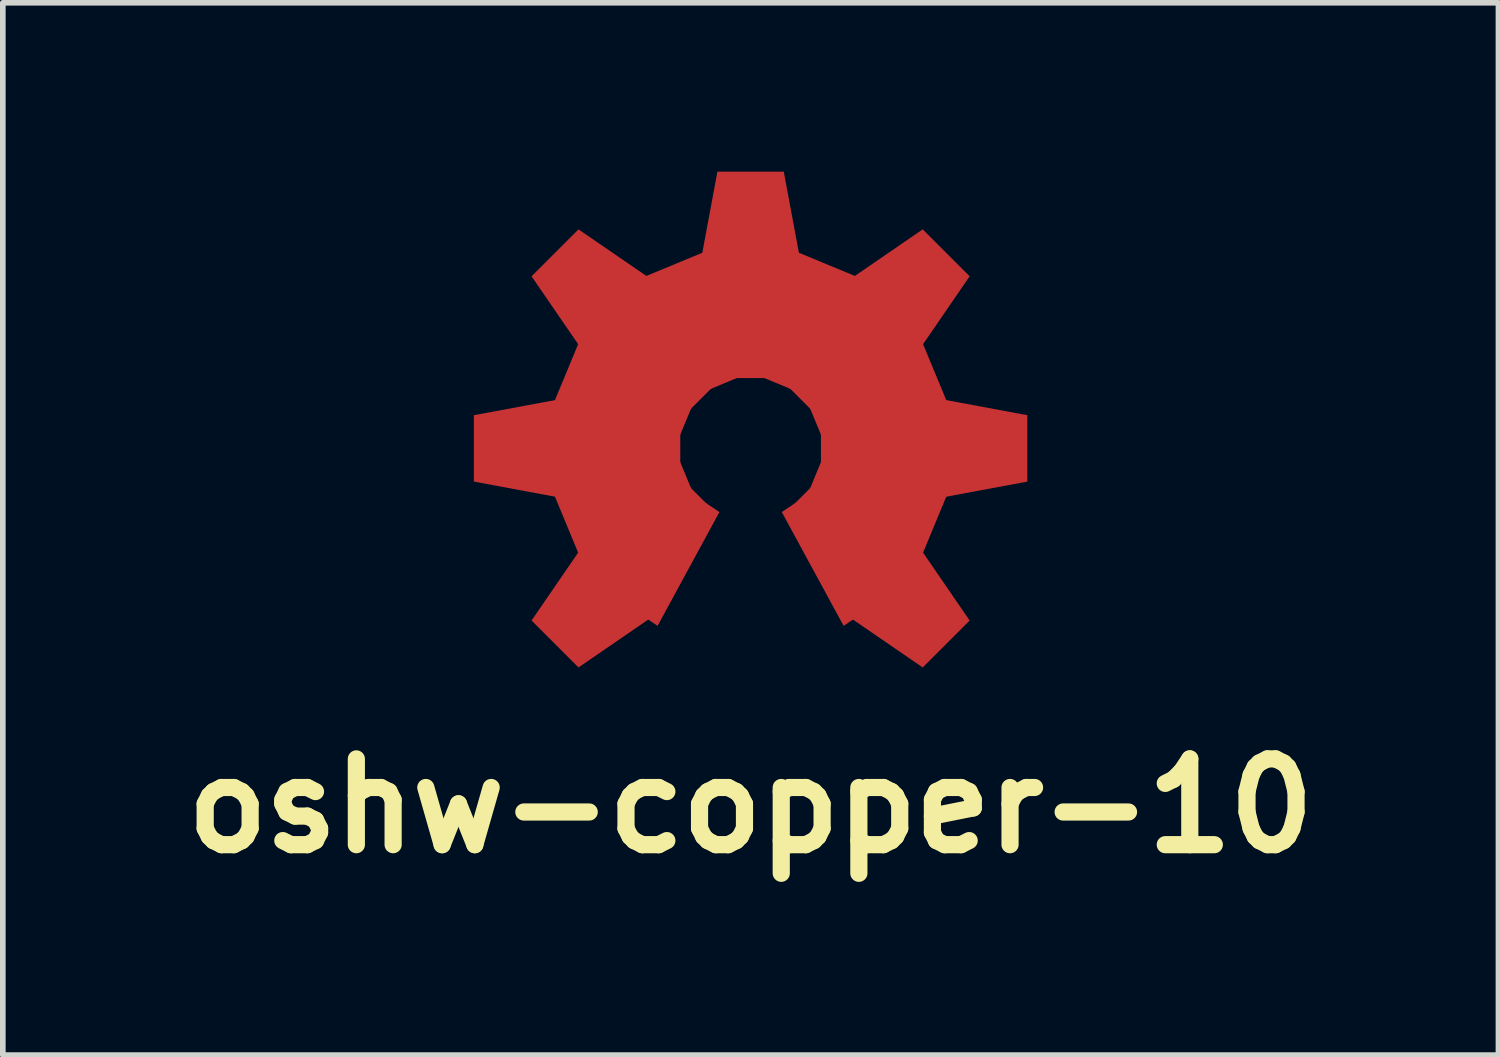
<source format=kicad_pcb>
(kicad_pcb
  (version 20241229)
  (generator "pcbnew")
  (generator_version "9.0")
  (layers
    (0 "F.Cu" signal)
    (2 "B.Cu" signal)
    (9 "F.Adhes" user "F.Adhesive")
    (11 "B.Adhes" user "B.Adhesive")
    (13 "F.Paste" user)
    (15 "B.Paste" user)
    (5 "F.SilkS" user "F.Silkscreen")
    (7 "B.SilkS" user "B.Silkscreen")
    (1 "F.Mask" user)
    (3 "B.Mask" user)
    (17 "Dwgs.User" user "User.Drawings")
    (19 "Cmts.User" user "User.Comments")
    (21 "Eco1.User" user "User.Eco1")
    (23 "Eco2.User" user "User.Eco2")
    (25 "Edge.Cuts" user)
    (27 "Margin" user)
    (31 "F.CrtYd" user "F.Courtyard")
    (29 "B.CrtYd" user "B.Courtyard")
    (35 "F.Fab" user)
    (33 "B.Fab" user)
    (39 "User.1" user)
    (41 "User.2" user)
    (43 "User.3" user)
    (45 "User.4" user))
  (footprint "oshw-copper-10"
    (layer "F.Cu")
    (at 10.283 4.915)
    (property "Reference" "oshw-copper-10" (at 0 6.35 0) (layer "F.SilkS") (effects (font (size 1.524 1.524) (thickness 0.305))))
    (attr through_hole)
    (pad "" smd trapezoid (at -4.166 0 270) (size 1.458 1.499) (rect_delta 0 -0.279) (layers "F.Cu" "F.Mask" "F.Paste"))
    (pad "" smd trapezoid (at -2.944 -2.944 225) (size 1.458 1.499) (rect_delta 0 -0.279) (layers "F.Cu" "F.Mask" "F.Paste"))
    (pad "" smd trapezoid (at -2.944 2.944 315) (size 1.458 1.499) (rect_delta 0 -0.279) (layers "F.Cu" "F.Mask" "F.Paste"))
    (pad "" smd trapezoid (at -2.395 0 270) (size 1.082 2.291) (rect_delta 0 0.414) (layers "F.Cu" "F.Mask" "F.Paste"))
    (pad "" smd trapezoid (at -2.212 -0.914 247.5) (size 1.082 2.291) (rect_delta 0 0.414) (layers "F.Cu" "F.Mask" "F.Paste"))
    (pad "" smd trapezoid (at -2.212 0.914 292.5) (size 1.082 2.291) (rect_delta 0 0.414) (layers "F.Cu" "F.Mask" "F.Paste"))
    (pad "" smd trapezoid (at -1.692 -1.692 225) (size 1.082 2.291) (rect_delta 0 0.414) (layers "F.Cu" "F.Mask" "F.Paste"))
    (pad "" smd trapezoid (at -1.692 1.692 315) (size 1.082 2.291) (rect_delta 0 0.414) (layers "F.Cu" "F.Mask" "F.Paste"))
    (pad "" smd trapezoid (at -1.328 1.991 326.3) (size 0.541 2.291) (rect_delta 0 0.208) (layers "F.Cu" "F.Mask" "F.Paste"))
    (pad "" smd trapezoid (at -0.914 -2.212 202.5) (size 1.082 2.291) (rect_delta 0 0.414) (layers "F.Cu" "F.Mask" "F.Paste"))
    (pad "" smd trapezoid (at 0 -4.166 180) (size 1.458 1.499) (rect_delta 0 -0.279) (layers "F.Cu" "F.Mask" "F.Paste"))
    (pad "" smd trapezoid (at 0 -2.395 180) (size 1.082 2.291) (rect_delta 0 0.414) (layers "F.Cu" "F.Mask" "F.Paste"))
    (pad "" smd trapezoid (at 0.914 -2.212 157.5) (size 1.082 2.291) (rect_delta 0 0.414) (layers "F.Cu" "F.Mask" "F.Paste"))
    (pad "" smd trapezoid (at 1.328 1.991 33.7) (size 0.541 2.291) (rect_delta 0 0.208) (layers "F.Cu" "F.Mask" "F.Paste"))
    (pad "" smd trapezoid (at 1.692 -1.692 135) (size 1.082 2.291) (rect_delta 0 0.414) (layers "F.Cu" "F.Mask" "F.Paste"))
    (pad "" smd trapezoid (at 1.692 1.692 45) (size 1.082 2.291) (rect_delta 0 0.414) (layers "F.Cu" "F.Mask" "F.Paste"))
    (pad "" smd trapezoid (at 2.212 -0.914 112.5) (size 1.082 2.291) (rect_delta 0 0.414) (layers "F.Cu" "F.Mask" "F.Paste"))
    (pad "" smd trapezoid (at 2.212 0.914 67.5) (size 1.082 2.291) (rect_delta 0 0.414) (layers "F.Cu" "F.Mask" "F.Paste"))
    (pad "" smd trapezoid (at 2.395 0 90) (size 1.082 2.291) (rect_delta 0 0.414) (layers "F.Cu" "F.Mask" "F.Paste"))
    (pad "" smd trapezoid (at 2.944 -2.944 135) (size 1.458 1.499) (rect_delta 0 -0.279) (layers "F.Cu" "F.Mask" "F.Paste"))
    (pad "" smd trapezoid (at 2.944 2.944 45) (size 1.458 1.499) (rect_delta 0 -0.279) (layers "F.Cu" "F.Mask" "F.Paste"))
    (pad "" smd trapezoid (at 4.166 0 90) (size 1.458 1.499) (rect_delta 0 -0.279) (layers "F.Cu" "F.Mask" "F.Paste")))
  (gr_rect
    (start -3 -3)
    (end 23.567 15.691)
    (stroke (width 0.1) (type default))
    (fill no)
    (layer "Edge.Cuts")))
</source>
